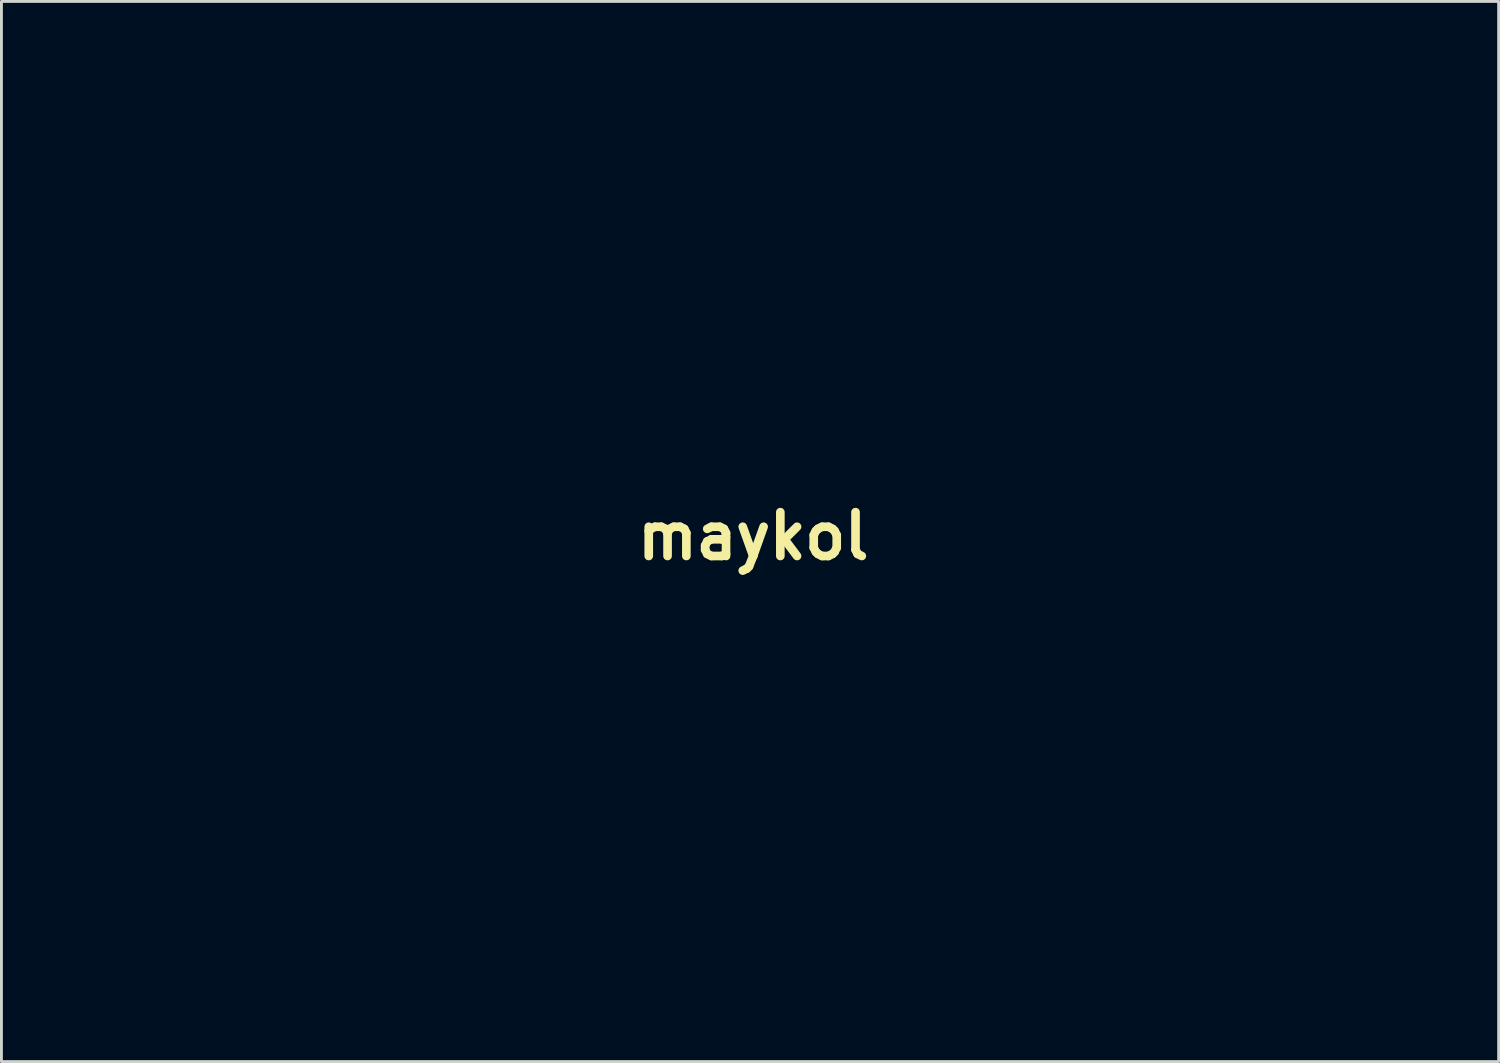
<source format=kicad_pcb>
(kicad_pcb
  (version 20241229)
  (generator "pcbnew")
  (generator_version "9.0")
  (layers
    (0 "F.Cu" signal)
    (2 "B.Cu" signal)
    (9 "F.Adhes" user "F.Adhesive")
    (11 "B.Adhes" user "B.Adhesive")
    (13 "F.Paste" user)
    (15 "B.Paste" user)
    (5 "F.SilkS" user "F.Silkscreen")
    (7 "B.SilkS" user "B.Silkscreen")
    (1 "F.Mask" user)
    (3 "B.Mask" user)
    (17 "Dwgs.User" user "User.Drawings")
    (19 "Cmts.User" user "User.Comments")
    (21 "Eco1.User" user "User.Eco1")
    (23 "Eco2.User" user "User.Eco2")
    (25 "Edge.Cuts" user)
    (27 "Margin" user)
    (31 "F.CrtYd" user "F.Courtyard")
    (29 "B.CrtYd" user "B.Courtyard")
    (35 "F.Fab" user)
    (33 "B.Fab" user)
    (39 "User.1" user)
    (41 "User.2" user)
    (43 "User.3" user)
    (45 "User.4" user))
  (footprint "maykol"
    (layer "F.Cu")
    (at 23.121 15.58)
    (property "Reference" "maykol" (at 0 0 0) (layer "F.SilkS") (effects (font (size 1.524 1.524) (thickness 0.3))))
    (attr through_hole)
    (fp_poly (pts (xy -13.631 9.398) (xy -14.986 9.398) (xy -14.986 4.826) (xy -13.631 4.826) (xy -13.631 9.398)) (stroke (width 0.01) (type solid)) (fill yes) (layer "F.Mask"))
    (fp_poly (pts (xy 7.922 10.791) (xy 8.119 10.839) (xy 8.22 10.896) (xy 8.244 11.003) (xy 8.262 11.262) (xy 8.274 11.655) (xy 8.281 12.162) (xy 8.28 12.768) (xy 8.278 13.087) (xy 8.255 15.198) (xy 7.98 15.224) (xy 7.705 15.251) (xy 7.705 10.768) (xy 7.922 10.791)) (stroke (width 0.01) (type solid)) (fill yes) (layer "F.Mask"))
    (fp_poly (pts (xy 13.871 11.148) (xy 14.044 11.268) (xy 14.136 11.457) (xy 14.139 11.499) (xy 14.083 11.713) (xy 13.946 11.872) (xy 13.773 11.943) (xy 13.613 11.89) (xy 13.603 11.882) (xy 13.549 11.74) (xy 13.544 11.525) (xy 13.58 11.308) (xy 13.649 11.163) (xy 13.677 11.144) (xy 13.871 11.148)) (stroke (width 0.01) (type solid)) (fill yes) (layer "F.Mask"))
    (fp_poly (pts (xy -13.927 2.686) (xy -13.754 2.838) (xy -13.718 2.877) (xy -13.515 3.183) (xy -13.473 3.478) (xy -13.58 3.736) (xy -13.827 3.936) (xy -14.205 4.053) (xy -14.516 4.08) (xy -14.728 4.037) (xy -14.802 3.996) (xy -14.913 3.891) (xy -14.969 3.73) (xy -14.986 3.463) (xy -14.986 3.413) (xy -14.957 3.057) (xy -14.852 2.832) (xy -14.645 2.704) (xy -14.348 2.645) (xy -14.097 2.632) (xy -13.927 2.686)) (stroke (width 0.01) (type solid)) (fill yes) (layer "F.Mask"))
    (fp_poly (pts (xy 13.787 12.36) (xy 13.924 12.422) (xy 13.976 12.449) (xy 14.04 12.496) (xy 14.085 12.576) (xy 14.114 12.714) (xy 14.13 12.941) (xy 14.138 13.282) (xy 14.139 13.754) (xy 14.136 14.201) (xy 14.126 14.593) (xy 14.112 14.897) (xy 14.095 15.078) (xy 14.088 15.106) (xy 13.967 15.21) (xy 13.792 15.24) (xy 13.547 15.24) (xy 13.547 13.801) (xy 13.548 13.249) (xy 13.557 12.848) (xy 13.579 12.578) (xy 13.621 12.419) (xy 13.688 12.353) (xy 13.787 12.36)) (stroke (width 0.01) (type solid)) (fill yes) (layer "F.Mask"))
    (fp_poly (pts (xy 9.483 13.534) (xy 9.491 14.029) (xy 9.522 14.38) (xy 9.587 14.61) (xy 9.698 14.743) (xy 9.864 14.804) (xy 10.06 14.817) (xy 10.249 14.788) (xy 10.398 14.677) (xy 10.54 14.48) (xy 10.642 14.299) (xy 10.705 14.12) (xy 10.739 13.895) (xy 10.751 13.574) (xy 10.753 13.337) (xy 10.753 12.531) (xy 11.35 12.531) (xy 11.326 13.864) (xy 11.317 14.366) (xy 11.306 14.723) (xy 11.289 14.962) (xy 11.264 15.106) (xy 11.225 15.182) (xy 11.169 15.214) (xy 11.113 15.225) (xy 10.961 15.207) (xy 10.907 15.077) (xy 10.916 14.922) (xy 10.907 14.831) (xy 10.831 14.849) (xy 10.666 14.984) (xy 10.618 15.028) (xy 10.455 15.152) (xy 10.269 15.216) (xy 9.999 15.239) (xy 9.872 15.24) (xy 9.557 15.228) (xy 9.349 15.181) (xy 9.185 15.08) (xy 9.122 15.025) (xy 9.029 14.934) (xy 8.965 14.842) (xy 8.924 14.717) (xy 8.902 14.529) (xy 8.892 14.244) (xy 8.89 13.832) (xy 8.89 13.67) (xy 8.89 12.531) (xy 9.483 12.531) (xy 9.483 13.534)) (stroke (width 0.01) (type solid)) (fill yes) (layer "F.Mask"))
    (fp_poly (pts (xy 12.645 4.767) (xy 12.954 4.903) (xy 13.191 5.083) (xy 13.394 5.287) (xy 13.523 5.47) (xy 13.547 5.551) (xy 13.614 5.674) (xy 13.652 5.694) (xy 13.69 5.749) (xy 13.718 5.896) (xy 13.738 6.153) (xy 13.75 6.534) (xy 13.757 7.057) (xy 13.758 7.542) (xy 13.758 9.356) (xy 12.615 9.406) (xy 12.615 8.005) (xy 12.611 7.539) (xy 12.599 7.139) (xy 12.582 6.832) (xy 12.559 6.647) (xy 12.541 6.604) (xy 12.475 6.531) (xy 12.417 6.354) (xy 12.416 6.347) (xy 12.325 6.13) (xy 12.161 5.91) (xy 11.973 5.74) (xy 11.809 5.673) (xy 11.481 5.751) (xy 11.179 5.962) (xy 10.949 6.271) (xy 10.933 6.303) (xy 10.864 6.467) (xy 10.815 6.638) (xy 10.783 6.849) (xy 10.764 7.132) (xy 10.755 7.519) (xy 10.753 8.042) (xy 10.753 9.398) (xy 9.567 9.398) (xy 9.567 4.826) (xy 10.753 4.826) (xy 10.753 5.122) (xy 10.774 5.318) (xy 10.826 5.416) (xy 10.837 5.419) (xy 10.918 5.352) (xy 10.925 5.313) (xy 11.008 5.091) (xy 11.221 4.912) (xy 11.527 4.783) (xy 11.891 4.711) (xy 12.275 4.703) (xy 12.645 4.767)) (stroke (width 0.01) (type solid)) (fill yes) (layer "F.Mask"))
    (fp_poly (pts (xy 19.757 12.462) (xy 19.811 12.488) (xy 20.004 12.602) (xy 20.141 12.734) (xy 20.232 12.912) (xy 20.286 13.166) (xy 20.312 13.526) (xy 20.32 14.021) (xy 20.32 14.116) (xy 20.32 15.24) (xy 19.897 15.24) (xy 19.897 14.393) (xy 19.889 14) (xy 19.866 13.716) (xy 19.832 13.565) (xy 19.812 13.547) (xy 19.747 13.475) (xy 19.727 13.351) (xy 19.658 13.072) (xy 19.462 12.899) (xy 19.238 12.851) (xy 18.968 12.902) (xy 18.75 13.044) (xy 18.634 13.239) (xy 18.627 13.301) (xy 18.585 13.457) (xy 18.542 13.504) (xy 18.505 13.607) (xy 18.477 13.842) (xy 18.46 14.171) (xy 18.457 14.398) (xy 18.456 14.781) (xy 18.447 15.026) (xy 18.422 15.163) (xy 18.374 15.224) (xy 18.295 15.239) (xy 18.25 15.24) (xy 18.043 15.24) (xy 18.016 14.034) (xy 18.003 13.59) (xy 17.983 13.201) (xy 17.96 12.902) (xy 17.936 12.725) (xy 17.928 12.7) (xy 17.907 12.518) (xy 18.015 12.403) (xy 18.218 12.39) (xy 18.237 12.394) (xy 18.418 12.497) (xy 18.457 12.617) (xy 18.484 12.756) (xy 18.574 12.757) (xy 18.739 12.617) (xy 18.784 12.572) (xy 19.054 12.402) (xy 19.393 12.364) (xy 19.757 12.462)) (stroke (width 0.01) (type solid)) (fill yes) (layer "F.Mask"))
    (fp_poly (pts (xy -9.511 4.816) (xy -9.086 5.073) (xy -8.749 5.473) (xy -8.679 5.597) (xy -8.622 5.733) (xy -8.578 5.914) (xy -8.545 6.166) (xy -8.52 6.515) (xy -8.5 6.988) (xy -8.487 7.425) (xy -8.477 7.934) (xy -8.473 8.396) (xy -8.477 8.781) (xy -8.487 9.056) (xy -8.5 9.182) (xy -8.542 9.299) (xy -8.619 9.363) (xy -8.775 9.391) (xy -9.053 9.398) (xy -9.103 9.398) (xy -9.652 9.398) (xy -9.652 8.048) (xy -9.656 7.587) (xy -9.669 7.188) (xy -9.688 6.881) (xy -9.711 6.694) (xy -9.727 6.652) (xy -9.792 6.545) (xy -9.851 6.343) (xy -9.857 6.312) (xy -9.966 6.061) (xy -10.162 5.839) (xy -10.394 5.697) (xy -10.52 5.673) (xy -10.81 5.75) (xy -11.089 5.956) (xy -11.311 6.257) (xy -11.337 6.309) (xy -11.405 6.471) (xy -11.454 6.643) (xy -11.485 6.856) (xy -11.504 7.143) (xy -11.513 7.536) (xy -11.515 8.042) (xy -11.515 9.398) (xy -12.7 9.398) (xy -12.7 4.826) (xy -11.515 4.826) (xy -11.515 5.122) (xy -11.493 5.318) (xy -11.441 5.416) (xy -11.43 5.419) (xy -11.349 5.352) (xy -11.343 5.313) (xy -11.258 5.1) (xy -11.04 4.911) (xy -10.725 4.775) (xy -10.59 4.743) (xy -10.016 4.704) (xy -9.511 4.816)) (stroke (width 0.01) (type solid)) (fill yes) (layer "F.Mask"))
    (fp_poly (pts (xy 12.213 11.7) (xy 12.384 11.73) (xy 12.473 11.809) (xy 12.516 11.986) (xy 12.531 12.107) (xy 12.573 12.488) (xy 12.912 12.488) (xy 13.136 12.503) (xy 13.242 12.566) (xy 13.277 12.679) (xy 13.278 12.796) (xy 13.207 12.851) (xy 13.024 12.869) (xy 12.918 12.869) (xy 12.531 12.869) (xy 12.531 13.679) (xy 12.54 14.05) (xy 12.563 14.37) (xy 12.598 14.592) (xy 12.618 14.653) (xy 12.731 14.763) (xy 12.882 14.816) (xy 13.005 14.797) (xy 13.039 14.732) (xy 13.107 14.657) (xy 13.166 14.647) (xy 13.265 14.717) (xy 13.29 14.893) (xy 13.241 15.106) (xy 13.146 15.196) (xy 12.93 15.236) (xy 12.779 15.24) (xy 12.485 15.217) (xy 12.281 15.133) (xy 12.154 15.024) (xy 12.059 14.92) (xy 11.997 14.808) (xy 11.961 14.653) (xy 11.943 14.418) (xy 11.938 14.065) (xy 11.938 13.881) (xy 11.936 13.475) (xy 11.926 13.208) (xy 11.904 13.052) (xy 11.863 12.977) (xy 11.799 12.955) (xy 11.77 12.954) (xy 11.612 12.878) (xy 11.551 12.747) (xy 11.537 12.514) (xy 11.629 12.391) (xy 11.778 12.388) (xy 11.877 12.393) (xy 11.924 12.311) (xy 11.938 12.106) (xy 11.938 12.052) (xy 11.944 11.819) (xy 11.984 11.713) (xy 12.093 11.69) (xy 12.213 11.7)) (stroke (width 0.01) (type solid)) (fill yes) (layer "F.Mask"))
    (fp_poly (pts (xy 5.697 12.365) (xy 5.989 12.409) (xy 6.263 12.48) (xy 6.435 12.551) (xy 6.781 12.778) (xy 7.002 13.041) (xy 7.119 13.382) (xy 7.154 13.839) (xy 7.154 13.861) (xy 7.154 14.472) (xy 6.748 14.856) (xy 6.532 15.054) (xy 6.367 15.169) (xy 6.193 15.223) (xy 5.948 15.239) (xy 5.73 15.24) (xy 5.319 15.222) (xy 5.041 15.163) (xy 4.908 15.097) (xy 4.734 14.958) (xy 4.634 14.847) (xy 4.517 14.694) (xy 4.455 14.627) (xy 4.37 14.454) (xy 4.314 14.17) (xy 4.291 13.837) (xy 4.826 13.837) (xy 4.862 14.06) (xy 4.952 14.305) (xy 5.068 14.515) (xy 5.185 14.636) (xy 5.223 14.647) (xy 5.325 14.699) (xy 5.334 14.732) (xy 5.405 14.802) (xy 5.581 14.823) (xy 5.805 14.801) (xy 6.024 14.74) (xy 6.181 14.647) (xy 6.181 14.647) (xy 6.33 14.523) (xy 6.429 14.478) (xy 6.491 14.403) (xy 6.543 14.214) (xy 6.58 13.968) (xy 6.592 13.72) (xy 6.57 13.527) (xy 6.402 13.204) (xy 6.12 12.981) (xy 5.763 12.875) (xy 5.382 12.903) (xy 5.198 13.021) (xy 5.021 13.25) (xy 4.886 13.533) (xy 4.826 13.813) (xy 4.826 13.837) (xy 4.291 13.837) (xy 4.291 13.832) (xy 4.303 13.496) (xy 4.353 13.219) (xy 4.381 13.145) (xy 4.483 12.962) (xy 4.571 12.872) (xy 4.582 12.869) (xy 4.648 12.8) (xy 4.657 12.74) (xy 4.733 12.63) (xy 4.911 12.56) (xy 5.089 12.503) (xy 5.165 12.437) (xy 5.165 12.435) (xy 5.239 12.374) (xy 5.431 12.352) (xy 5.697 12.365)) (stroke (width 0.01) (type solid)) (fill yes) (layer "F.Mask"))
    (fp_poly (pts (xy 16.104 12.371) (xy 16.39 12.421) (xy 16.656 12.501) (xy 16.765 12.551) (xy 17.106 12.774) (xy 17.326 13.031) (xy 17.444 13.364) (xy 17.483 13.811) (xy 17.484 13.878) (xy 17.47 14.257) (xy 17.429 14.477) (xy 17.378 14.541) (xy 17.278 14.637) (xy 17.27 14.676) (xy 17.205 14.779) (xy 17.042 14.929) (xy 16.939 15.007) (xy 16.732 15.136) (xy 16.53 15.206) (xy 16.268 15.236) (xy 16.016 15.24) (xy 15.629 15.223) (xy 15.387 15.171) (xy 15.294 15.113) (xy 15.16 15.009) (xy 15.095 14.986) (xy 15.001 14.917) (xy 14.886 14.751) (xy 14.784 14.551) (xy 14.733 14.378) (xy 14.732 14.358) (xy 14.689 14.178) (xy 14.629 14.057) (xy 14.576 13.913) (xy 15.184 13.913) (xy 15.263 14.235) (xy 15.443 14.506) (xy 15.696 14.704) (xy 15.993 14.806) (xy 16.305 14.793) (xy 16.603 14.641) (xy 16.649 14.602) (xy 16.793 14.435) (xy 16.872 14.233) (xy 16.911 13.932) (xy 16.913 13.903) (xy 16.924 13.615) (xy 16.892 13.426) (xy 16.799 13.268) (xy 16.69 13.145) (xy 16.487 12.961) (xy 16.279 12.882) (xy 16.064 12.869) (xy 15.733 12.922) (xy 15.485 13.095) (xy 15.295 13.407) (xy 15.236 13.559) (xy 15.184 13.913) (xy 14.576 13.913) (xy 14.57 13.894) (xy 14.601 13.69) (xy 14.629 13.608) (xy 14.699 13.387) (xy 14.732 13.228) (xy 14.732 13.218) (xy 14.795 13.035) (xy 14.948 12.825) (xy 15.143 12.642) (xy 15.328 12.538) (xy 15.377 12.531) (xy 15.531 12.5) (xy 15.579 12.446) (xy 15.652 12.379) (xy 15.843 12.356) (xy 16.104 12.371)) (stroke (width 0.01) (type solid)) (fill yes) (layer "F.Mask"))
    (fp_poly (pts (xy 21.848 12.37) (xy 22.105 12.403) (xy 22.318 12.463) (xy 22.327 12.467) (xy 22.556 12.592) (xy 22.718 12.712) (xy 22.822 12.842) (xy 22.792 12.977) (xy 22.762 13.028) (xy 22.631 13.185) (xy 22.51 13.252) (xy 22.441 13.209) (xy 22.437 13.173) (xy 22.367 13.067) (xy 22.193 12.945) (xy 22.13 12.912) (xy 21.831 12.825) (xy 21.596 12.861) (xy 21.452 13.008) (xy 21.421 13.167) (xy 21.457 13.339) (xy 21.526 13.41) (xy 21.973 13.541) (xy 22.353 13.681) (xy 22.63 13.815) (xy 22.751 13.906) (xy 22.859 14.121) (xy 22.898 14.403) (xy 22.867 14.662) (xy 22.747 14.868) (xy 22.625 14.993) (xy 22.473 15.125) (xy 22.331 15.2) (xy 22.149 15.232) (xy 21.871 15.236) (xy 21.719 15.232) (xy 21.346 15.21) (xy 21.107 15.164) (xy 20.969 15.085) (xy 20.957 15.073) (xy 20.861 14.899) (xy 20.829 14.701) (xy 20.862 14.541) (xy 20.955 14.478) (xy 21.068 14.424) (xy 21.082 14.378) (xy 21.13 14.372) (xy 21.252 14.473) (xy 21.322 14.547) (xy 21.558 14.732) (xy 21.82 14.818) (xy 22.066 14.809) (xy 22.256 14.708) (xy 22.349 14.518) (xy 22.352 14.466) (xy 22.276 14.289) (xy 22.08 14.144) (xy 21.815 14.062) (xy 21.704 14.055) (xy 21.473 14.017) (xy 21.306 13.928) (xy 21.177 13.824) (xy 21.119 13.801) (xy 20.998 13.725) (xy 20.895 13.537) (xy 20.836 13.292) (xy 20.831 13.206) (xy 20.872 12.928) (xy 20.982 12.692) (xy 21.133 12.551) (xy 21.214 12.531) (xy 21.323 12.483) (xy 21.336 12.446) (xy 21.41 12.39) (xy 21.598 12.365) (xy 21.848 12.37)) (stroke (width 0.01) (type solid)) (fill yes) (layer "F.Mask"))
    (fp_poly (pts (xy 16.749 4.744) (xy 17.207 4.858) (xy 17.357 4.927) (xy 17.711 5.136) (xy 17.907 5.291) (xy 17.949 5.369) (xy 17.892 5.464) (xy 17.744 5.635) (xy 17.562 5.819) (xy 17.321 6.031) (xy 17.148 6.114) (xy 17 6.067) (xy 16.835 5.892) (xy 16.78 5.821) (xy 16.632 5.717) (xy 16.368 5.675) (xy 16.257 5.673) (xy 15.914 5.715) (xy 15.683 5.83) (xy 15.583 6.002) (xy 15.63 6.213) (xy 15.644 6.238) (xy 15.757 6.32) (xy 15.972 6.421) (xy 16.226 6.518) (xy 16.46 6.586) (xy 16.578 6.603) (xy 16.791 6.654) (xy 17.076 6.782) (xy 17.372 6.955) (xy 17.623 7.14) (xy 17.714 7.229) (xy 17.853 7.415) (xy 17.923 7.612) (xy 17.947 7.888) (xy 17.948 7.988) (xy 17.9 8.432) (xy 17.739 8.779) (xy 17.441 9.072) (xy 17.284 9.179) (xy 16.951 9.319) (xy 16.505 9.407) (xy 15.992 9.438) (xy 15.462 9.406) (xy 15.452 9.405) (xy 15.118 9.337) (xy 14.783 9.229) (xy 14.497 9.102) (xy 14.314 8.975) (xy 14.289 8.944) (xy 14.229 8.758) (xy 14.296 8.553) (xy 14.501 8.303) (xy 14.581 8.225) (xy 14.937 7.885) (xy 15.212 8.155) (xy 15.488 8.348) (xy 15.812 8.464) (xy 16.139 8.497) (xy 16.421 8.444) (xy 16.613 8.299) (xy 16.619 8.289) (xy 16.666 8.113) (xy 16.639 7.912) (xy 16.559 7.754) (xy 16.466 7.705) (xy 16.354 7.654) (xy 16.341 7.611) (xy 16.264 7.554) (xy 16.05 7.546) (xy 16.002 7.55) (xy 15.791 7.556) (xy 15.672 7.531) (xy 15.663 7.516) (xy 15.595 7.457) (xy 15.544 7.451) (xy 15.398 7.413) (xy 15.189 7.321) (xy 14.971 7.203) (xy 14.801 7.09) (xy 14.732 7.012) (xy 14.678 6.907) (xy 14.563 6.773) (xy 14.441 6.579) (xy 14.395 6.288) (xy 14.393 6.198) (xy 14.418 5.9) (xy 14.481 5.625) (xy 14.568 5.42) (xy 14.663 5.335) (xy 14.668 5.335) (xy 14.725 5.265) (xy 14.732 5.207) (xy 14.796 5.095) (xy 14.852 5.08) (xy 14.98 5.024) (xy 15.003 4.986) (xy 15.096 4.925) (xy 15.312 4.853) (xy 15.605 4.784) (xy 15.638 4.777) (xy 16.21 4.716) (xy 16.749 4.744)) (stroke (width 0.01) (type solid)) (fill yes) (layer "F.Mask"))
    (fp_poly (pts (xy 2.655 11.071) (xy 2.723 11.075) (xy 3.081 11.102) (xy 3.323 11.15) (xy 3.504 11.232) (xy 3.64 11.333) (xy 3.909 11.557) (xy 3.742 11.749) (xy 3.622 11.872) (xy 3.519 11.892) (xy 3.359 11.818) (xy 3.312 11.792) (xy 3.138 11.676) (xy 3.051 11.588) (xy 3.049 11.578) (xy 2.973 11.539) (xy 2.785 11.516) (xy 2.705 11.515) (xy 2.377 11.579) (xy 2.129 11.748) (xy 1.982 11.986) (xy 1.953 12.259) (xy 2.062 12.529) (xy 2.12 12.599) (xy 2.315 12.736) (xy 2.501 12.785) (xy 2.659 12.811) (xy 2.709 12.86) (xy 2.784 12.922) (xy 2.968 12.982) (xy 3.026 12.994) (xy 3.348 13.124) (xy 3.618 13.338) (xy 3.779 13.522) (xy 3.861 13.693) (xy 3.89 13.922) (xy 3.892 14.114) (xy 3.862 14.485) (xy 3.756 14.753) (xy 3.544 14.979) (xy 3.389 15.094) (xy 3.218 15.175) (xy 2.967 15.222) (xy 2.597 15.239) (xy 2.479 15.24) (xy 2.158 15.233) (xy 1.915 15.214) (xy 1.787 15.187) (xy 1.777 15.177) (xy 1.711 15.096) (xy 1.549 14.984) (xy 1.523 14.969) (xy 1.338 14.809) (xy 1.274 14.635) (xy 1.339 14.49) (xy 1.439 14.436) (xy 1.576 14.357) (xy 1.609 14.296) (xy 1.665 14.299) (xy 1.812 14.393) (xy 1.963 14.514) (xy 2.285 14.737) (xy 2.556 14.817) (xy 2.563 14.817) (xy 2.789 14.771) (xy 3.025 14.657) (xy 3.214 14.51) (xy 3.301 14.366) (xy 3.302 14.352) (xy 3.359 14.228) (xy 3.394 14.208) (xy 3.428 14.126) (xy 3.372 13.975) (xy 3.257 13.801) (xy 3.114 13.651) (xy 2.985 13.577) (xy 2.836 13.511) (xy 2.794 13.453) (xy 2.721 13.397) (xy 2.578 13.377) (xy 2.355 13.342) (xy 2.095 13.252) (xy 1.85 13.132) (xy 1.671 13.008) (xy 1.609 12.91) (xy 1.562 12.798) (xy 1.524 12.785) (xy 1.453 12.715) (xy 1.439 12.632) (xy 1.387 12.446) (xy 1.34 12.381) (xy 1.288 12.268) (xy 1.312 12.08) (xy 1.354 11.941) (xy 1.438 11.731) (xy 1.516 11.61) (xy 1.538 11.599) (xy 1.606 11.534) (xy 1.609 11.509) (xy 1.671 11.368) (xy 1.808 11.231) (xy 1.934 11.176) (xy 2.04 11.12) (xy 2.046 11.108) (xy 2.138 11.08) (xy 2.355 11.067) (xy 2.655 11.071)) (stroke (width 0.01) (type solid)) (fill yes) (layer "F.Mask"))
    (fp_poly (pts (xy 7.002 4.723) (xy 7.167 4.743) (xy 7.436 4.8) (xy 7.627 4.864) (xy 7.69 4.91) (xy 7.787 4.992) (xy 7.818 4.996) (xy 7.97 5.062) (xy 8.171 5.233) (xy 8.385 5.469) (xy 8.573 5.728) (xy 8.673 5.913) (xy 8.802 6.36) (xy 8.843 6.886) (xy 8.848 7.493) (xy 5.588 7.493) (xy 5.588 7.684) (xy 5.618 7.832) (xy 5.667 7.874) (xy 5.753 7.944) (xy 5.8 8.043) (xy 5.918 8.194) (xy 6.059 8.264) (xy 6.215 8.329) (xy 6.265 8.391) (xy 6.34 8.44) (xy 6.528 8.462) (xy 6.777 8.46) (xy 7.032 8.433) (xy 7.24 8.382) (xy 7.24 8.382) (xy 7.492 8.248) (xy 7.66 8.084) (xy 7.705 7.965) (xy 7.774 7.888) (xy 7.853 7.875) (xy 8.001 7.933) (xy 8.201 8.077) (xy 8.405 8.263) (xy 8.566 8.448) (xy 8.636 8.586) (xy 8.636 8.592) (xy 8.57 8.707) (xy 8.4 8.876) (xy 8.164 9.064) (xy 7.903 9.239) (xy 7.828 9.282) (xy 7.623 9.347) (xy 7.302 9.397) (xy 6.92 9.428) (xy 6.53 9.436) (xy 6.187 9.416) (xy 6.096 9.404) (xy 5.795 9.338) (xy 5.519 9.251) (xy 5.461 9.227) (xy 5.231 9.093) (xy 4.994 8.909) (xy 4.794 8.715) (xy 4.673 8.551) (xy 4.657 8.492) (xy 4.611 8.391) (xy 4.582 8.382) (xy 4.491 8.304) (xy 4.407 8.094) (xy 4.336 7.792) (xy 4.284 7.436) (xy 4.258 7.063) (xy 4.263 6.712) (xy 4.283 6.536) (xy 4.295 6.494) (xy 5.588 6.494) (xy 5.628 6.542) (xy 5.764 6.575) (xy 6.015 6.594) (xy 6.404 6.603) (xy 6.646 6.604) (xy 7.127 6.597) (xy 7.47 6.577) (xy 7.664 6.545) (xy 7.705 6.516) (xy 7.655 6.369) (xy 7.531 6.155) (xy 7.371 5.935) (xy 7.268 5.821) (xy 7.066 5.718) (xy 6.768 5.674) (xy 6.436 5.69) (xy 6.134 5.766) (xy 6.035 5.813) (xy 5.805 6.01) (xy 5.641 6.272) (xy 5.588 6.494) (xy 4.295 6.494) (xy 4.357 6.27) (xy 4.472 6.051) (xy 4.497 6.02) (xy 4.617 5.846) (xy 4.657 5.716) (xy 4.725 5.571) (xy 4.784 5.534) (xy 4.896 5.427) (xy 4.911 5.367) (xy 4.966 5.261) (xy 5.007 5.249) (xy 5.129 5.191) (xy 5.251 5.078) (xy 5.45 4.946) (xy 5.77 4.837) (xy 6.167 4.758) (xy 6.593 4.717) (xy 7.002 4.723)) (stroke (width 0.01) (type solid)) (fill yes) (layer "F.Mask"))
    (fp_poly (pts (xy 21.109 4.744) (xy 21.539 4.858) (xy 21.683 4.929) (xy 21.863 5.058) (xy 22.069 5.238) (xy 22.261 5.429) (xy 22.397 5.589) (xy 22.437 5.668) (xy 22.501 5.765) (xy 22.516 5.771) (xy 22.567 5.862) (xy 22.636 6.079) (xy 22.713 6.384) (xy 22.745 6.532) (xy 22.812 6.864) (xy 22.849 7.115) (xy 22.837 7.296) (xy 22.757 7.418) (xy 22.591 7.491) (xy 22.32 7.526) (xy 21.925 7.535) (xy 21.39 7.528) (xy 21.061 7.522) (xy 19.465 7.493) (xy 19.518 7.705) (xy 19.68 8.024) (xy 19.968 8.273) (xy 20.346 8.427) (xy 20.677 8.467) (xy 21.081 8.408) (xy 21.407 8.217) (xy 21.55 8.072) (xy 21.704 7.917) (xy 21.825 7.893) (xy 21.982 7.994) (xy 22.034 8.038) (xy 22.245 8.219) (xy 22.436 8.384) (xy 22.647 8.565) (xy 22.281 8.897) (xy 22.064 9.077) (xy 21.884 9.197) (xy 21.801 9.229) (xy 21.679 9.277) (xy 21.661 9.305) (xy 21.563 9.354) (xy 21.339 9.393) (xy 21.029 9.421) (xy 20.675 9.435) (xy 20.319 9.433) (xy 20.004 9.412) (xy 19.907 9.399) (xy 19.642 9.343) (xy 19.45 9.275) (xy 19.391 9.232) (xy 19.265 9.148) (xy 19.148 9.122) (xy 19.003 9.083) (xy 18.965 9.037) (xy 18.91 8.935) (xy 18.776 8.784) (xy 18.772 8.78) (xy 18.531 8.445) (xy 18.338 7.95) (xy 18.197 7.319) (xy 18.149 6.998) (xy 18.14 6.776) (xy 18.177 6.586) (xy 18.193 6.547) (xy 19.473 6.547) (xy 19.553 6.568) (xy 19.769 6.586) (xy 20.091 6.599) (xy 20.486 6.604) (xy 20.532 6.604) (xy 21.041 6.597) (xy 21.384 6.575) (xy 21.562 6.539) (xy 21.59 6.511) (xy 21.542 6.385) (xy 21.423 6.184) (xy 21.268 5.964) (xy 21.114 5.781) (xy 21.112 5.779) (xy 20.946 5.704) (xy 20.678 5.676) (xy 20.368 5.691) (xy 20.078 5.749) (xy 19.915 5.816) (xy 19.718 5.996) (xy 19.555 6.254) (xy 19.475 6.51) (xy 19.473 6.547) (xy 18.193 6.547) (xy 18.27 6.359) (xy 18.32 6.253) (xy 18.437 5.995) (xy 18.518 5.799) (xy 18.542 5.718) (xy 18.594 5.635) (xy 18.724 5.489) (xy 18.897 5.314) (xy 19.075 5.146) (xy 19.222 5.021) (xy 19.301 4.974) (xy 19.305 4.98) (xy 19.342 4.98) (xy 19.369 4.946) (xy 19.478 4.888) (xy 19.707 4.822) (xy 20.009 4.761) (xy 20.036 4.756) (xy 20.593 4.708) (xy 21.109 4.744)) (stroke (width 0.01) (type solid)) (fill yes) (layer "F.Mask"))
    (fp_poly (pts (xy -4.825 4.781) (xy -4.436 4.897) (xy -4.347 4.939) (xy -3.983 5.208) (xy -3.656 5.597) (xy -3.487 5.884) (xy -3.392 6.142) (xy -3.315 6.472) (xy -3.264 6.821) (xy -3.245 7.137) (xy -3.264 7.37) (xy -3.29 7.439) (xy -3.349 7.48) (xy -3.477 7.508) (xy -3.695 7.526) (xy -4.024 7.533) (xy -4.484 7.531) (xy -4.985 7.523) (xy -5.487 7.517) (xy -5.927 7.516) (xy -6.276 7.52) (xy -6.51 7.53) (xy -6.603 7.545) (xy -6.604 7.547) (xy -6.53 7.777) (xy -6.339 8.021) (xy -6.075 8.242) (xy -5.781 8.403) (xy -5.503 8.467) (xy -5.496 8.467) (xy -5.118 8.427) (xy -4.791 8.321) (xy -4.562 8.167) (xy -4.498 8.075) (xy -4.386 7.923) (xy -4.281 7.874) (xy -4.134 7.934) (xy -3.942 8.084) (xy -3.75 8.28) (xy -3.6 8.477) (xy -3.534 8.629) (xy -3.535 8.652) (xy -3.619 8.773) (xy -3.804 8.94) (xy -4.006 9.087) (xy -4.295 9.258) (xy -4.564 9.357) (xy -4.894 9.409) (xy -5.038 9.421) (xy -5.426 9.436) (xy -5.826 9.428) (xy -6.09 9.407) (xy -6.351 9.357) (xy -6.532 9.291) (xy -6.584 9.246) (xy -6.687 9.155) (xy -6.759 9.141) (xy -6.928 9.087) (xy -7.079 8.989) (xy -7.26 8.797) (xy -7.445 8.538) (xy -7.601 8.267) (xy -7.693 8.04) (xy -7.705 7.965) (xy -7.743 7.803) (xy -7.789 7.747) (xy -7.832 7.642) (xy -7.862 7.416) (xy -7.874 7.118) (xy -7.874 7.112) (xy -7.863 6.813) (xy -7.832 6.585) (xy -7.809 6.526) (xy -6.604 6.526) (xy -6.525 6.556) (xy -6.307 6.58) (xy -5.983 6.597) (xy -5.582 6.604) (xy -5.543 6.604) (xy -4.482 6.604) (xy -4.51 6.394) (xy -4.586 6.198) (xy -4.739 5.977) (xy -4.782 5.928) (xy -4.974 5.762) (xy -5.176 5.688) (xy -5.428 5.673) (xy -5.73 5.703) (xy -6.004 5.78) (xy -6.075 5.814) (xy -6.272 5.974) (xy -6.455 6.194) (xy -6.578 6.414) (xy -6.604 6.526) (xy -7.809 6.526) (xy -7.79 6.478) (xy -7.789 6.477) (xy -7.728 6.363) (xy -7.705 6.176) (xy -7.68 6) (xy -7.62 5.927) (xy -7.545 5.858) (xy -7.535 5.797) (xy -7.467 5.656) (xy -7.408 5.619) (xy -7.301 5.503) (xy -7.281 5.41) (xy -7.217 5.273) (xy -7.133 5.248) (xy -6.973 5.189) (xy -6.798 5.049) (xy -6.549 4.889) (xy -6.182 4.78) (xy -5.743 4.724) (xy -5.275 4.723) (xy -4.825 4.781)) (stroke (width 0.01) (type solid)) (fill yes) (layer "F.Mask"))
    (fp_poly (pts (xy 2.423 2.642) (xy 2.704 2.689) (xy 2.976 2.782) (xy 3.291 2.935) (xy 3.574 3.089) (xy 3.711 3.23) (xy 3.683 3.404) (xy 3.619 3.486) (xy 3.5 3.617) (xy 3.326 3.813) (xy 3.253 3.895) (xy 3.03 4.119) (xy 2.876 4.209) (xy 2.801 4.162) (xy 2.794 4.106) (xy 2.731 3.994) (xy 2.676 3.979) (xy 2.545 3.911) (xy 2.509 3.852) (xy 2.394 3.747) (xy 2.293 3.725) (xy 2.086 3.69) (xy 1.914 3.629) (xy 1.669 3.597) (xy 1.363 3.665) (xy 1.055 3.815) (xy 0.848 3.978) (xy 0.692 4.241) (xy 0.68 4.543) (xy 0.807 4.841) (xy 0.953 5.004) (xy 1.155 5.155) (xy 1.33 5.241) (xy 1.371 5.248) (xy 1.524 5.294) (xy 1.566 5.334) (xy 1.684 5.402) (xy 1.804 5.419) (xy 2.02 5.459) (xy 2.207 5.533) (xy 2.462 5.643) (xy 2.656 5.705) (xy 2.836 5.794) (xy 3.075 5.968) (xy 3.295 6.165) (xy 3.523 6.407) (xy 3.656 6.605) (xy 3.726 6.823) (xy 3.758 7.03) (xy 3.776 7.41) (xy 3.746 7.804) (xy 3.678 8.16) (xy 3.579 8.428) (xy 3.515 8.52) (xy 3.411 8.658) (xy 3.387 8.728) (xy 3.32 8.811) (xy 3.148 8.949) (xy 2.942 9.087) (xy 2.587 9.265) (xy 2.169 9.408) (xy 1.732 9.507) (xy 1.318 9.554) (xy 0.972 9.543) (xy 0.746 9.471) (xy 0.579 9.416) (xy 0.413 9.399) (xy 0.143 9.353) (xy -0.165 9.232) (xy -0.468 9.065) (xy -0.723 8.876) (xy -0.89 8.69) (xy -0.931 8.572) (xy -0.877 8.484) (xy -0.734 8.31) (xy -0.531 8.085) (xy -0.5 8.052) (xy -0.069 7.595) (xy 0.198 7.894) (xy 0.531 8.177) (xy 0.923 8.372) (xy 1.327 8.464) (xy 1.7 8.441) (xy 1.875 8.375) (xy 2.129 8.209) (xy 2.308 8.034) (xy 2.371 7.898) (xy 2.412 7.797) (xy 2.437 7.789) (xy 2.49 7.716) (xy 2.523 7.538) (xy 2.523 7.535) (xy 2.512 7.358) (xy 2.458 7.281) (xy 2.457 7.281) (xy 2.374 7.216) (xy 2.371 7.189) (xy 2.3 7.051) (xy 2.131 6.907) (xy 1.926 6.802) (xy 1.799 6.776) (xy 1.65 6.745) (xy 1.609 6.695) (xy 1.536 6.625) (xy 1.36 6.563) (xy 1.356 6.562) (xy 1.161 6.499) (xy 1.054 6.428) (xy 0.942 6.369) (xy 0.778 6.348) (xy 0.495 6.281) (xy 0.178 6.109) (xy -0.121 5.87) (xy -0.345 5.602) (xy -0.382 5.537) (xy -0.499 5.329) (xy -0.592 5.197) (xy -0.614 5.179) (xy -0.647 5.086) (xy -0.67 4.872) (xy -0.677 4.612) (xy -0.653 4.214) (xy -0.567 3.891) (xy -0.463 3.67) (xy -0.239 3.304) (xy 0.009 3.036) (xy 0.31 2.851) (xy 0.696 2.732) (xy 1.197 2.666) (xy 1.619 2.642) (xy 2.079 2.631) (xy 2.423 2.642)) (stroke (width 0.01) (type solid)) (fill yes) (layer "F.Mask"))
    (fp_poly (pts (xy -22.945 2.617) (xy -22.809 2.636) (xy -22.547 2.658) (xy -22.206 2.679) (xy -21.995 2.69) (xy -21.173 2.729) (xy -21.035 3.121) (xy -20.938 3.385) (xy -20.849 3.6) (xy -20.82 3.661) (xy -20.755 3.831) (xy -20.743 3.902) (xy -20.712 4.039) (xy -20.634 4.245) (xy -20.626 4.263) (xy -20.546 4.462) (xy -20.43 4.768) (xy -20.299 5.128) (xy -20.241 5.292) (xy -20.116 5.638) (xy -20.006 5.932) (xy -19.927 6.132) (xy -19.903 6.183) (xy -19.836 6.357) (xy -19.774 6.585) (xy -19.711 6.786) (xy -19.639 6.902) (xy -19.636 6.904) (xy -19.573 7.019) (xy -19.558 7.136) (xy -19.551 7.264) (xy -19.507 7.243) (xy -19.442 7.152) (xy -19.357 6.965) (xy -19.285 6.699) (xy -19.268 6.604) (xy -19.208 6.326) (xy -19.117 6.022) (xy -19.012 5.745) (xy -18.915 5.552) (xy -18.875 5.503) (xy -18.829 5.4) (xy -18.781 5.195) (xy -18.77 5.129) (xy -18.718 4.906) (xy -18.654 4.763) (xy -18.637 4.748) (xy -18.572 4.64) (xy -18.509 4.432) (xy -18.496 4.368) (xy -18.424 4.088) (xy -18.331 3.841) (xy -18.319 3.818) (xy -18.235 3.623) (xy -18.204 3.493) (xy -18.15 3.394) (xy -18.119 3.387) (xy -18.058 3.313) (xy -18.034 3.149) (xy -18.02 2.941) (xy -17.96 2.799) (xy -17.83 2.714) (xy -17.602 2.674) (xy -17.252 2.67) (xy -16.869 2.685) (xy -15.915 2.733) (xy -15.938 6.045) (xy -15.96 9.356) (xy -16.626 9.381) (xy -17.292 9.405) (xy -17.244 7.137) (xy -17.229 6.518) (xy -17.213 5.94) (xy -17.195 5.431) (xy -17.178 5.014) (xy -17.161 4.718) (xy -17.148 4.572) (xy -17.099 4.276) (xy -17.264 4.614) (xy -17.364 4.826) (xy -17.459 5.038) (xy -17.56 5.279) (xy -17.678 5.577) (xy -17.825 5.96) (xy -18.01 6.456) (xy -18.16 6.858) (xy -18.332 7.32) (xy -18.493 7.745) (xy -18.629 8.1) (xy -18.727 8.35) (xy -18.763 8.437) (xy -18.844 8.658) (xy -18.881 8.828) (xy -18.881 8.834) (xy -18.929 8.982) (xy -18.965 9.017) (xy -19.036 9.136) (xy -19.05 9.234) (xy -19.071 9.327) (xy -19.158 9.376) (xy -19.353 9.395) (xy -19.537 9.396) (xy -20.024 9.395) (xy -20.214 8.976) (xy -20.323 8.712) (xy -20.393 8.492) (xy -20.407 8.407) (xy -20.459 8.22) (xy -20.534 8.091) (xy -20.635 7.877) (xy -20.659 7.731) (xy -20.69 7.58) (xy -20.743 7.535) (xy -20.809 7.463) (xy -20.828 7.341) (xy -20.858 7.152) (xy -20.902 7.065) (xy -20.968 6.941) (xy -21.067 6.692) (xy -21.186 6.357) (xy -21.312 5.975) (xy -21.432 5.586) (xy -21.533 5.227) (xy -21.596 4.97) (xy -21.665 4.7) (xy -21.732 4.505) (xy -21.774 4.436) (xy -21.792 4.506) (xy -21.808 4.724) (xy -21.822 5.069) (xy -21.833 5.521) (xy -21.841 6.059) (xy -21.844 6.661) (xy -21.844 6.761) (xy -21.846 7.383) (xy -21.851 7.954) (xy -21.859 8.45) (xy -21.869 8.848) (xy -21.881 9.125) (xy -21.894 9.259) (xy -21.895 9.264) (xy -21.964 9.339) (xy -22.121 9.381) (xy -22.401 9.397) (xy -22.531 9.398) (xy -23.116 9.398) (xy -23.094 5.99) (xy -23.088 5.133) (xy -23.081 4.431) (xy -23.073 3.869) (xy -23.063 3.432) (xy -23.05 3.106) (xy -23.035 2.876) (xy -23.015 2.727) (xy -22.991 2.646) (xy -22.962 2.616) (xy -22.945 2.617)) (stroke (width 0.01) (type solid)) (fill yes) (layer "F.Mask"))
    (fp_poly (pts (xy 1.663 -15.571) (xy 2.01 -15.5) (xy 2.15 -15.45) (xy 2.357 -15.327) (xy 2.627 -15.113) (xy 2.936 -14.836) (xy 3.257 -14.522) (xy 3.563 -14.199) (xy 3.829 -13.893) (xy 4.029 -13.631) (xy 4.137 -13.44) (xy 4.149 -13.386) (xy 4.208 -13.297) (xy 4.233 -13.293) (xy 4.313 -13.226) (xy 4.318 -13.191) (xy 4.354 -13.08) (xy 4.449 -12.859) (xy 4.584 -12.567) (xy 4.739 -12.243) (xy 4.896 -11.928) (xy 5.035 -11.661) (xy 5.137 -11.482) (xy 5.174 -11.43) (xy 5.237 -11.324) (xy 5.291 -11.183) (xy 5.368 -10.988) (xy 5.428 -10.886) (xy 5.525 -10.765) (xy 5.676 -10.576) (xy 5.721 -10.52) (xy 5.948 -10.309) (xy 6.179 -10.245) (xy 6.373 -10.288) (xy 6.517 -10.447) (xy 6.558 -10.52) (xy 6.684 -10.757) (xy 6.796 -10.956) (xy 6.801 -10.964) (xy 6.895 -11.125) (xy 7.039 -11.375) (xy 7.182 -11.62) (xy 7.342 -11.869) (xy 7.488 -12.044) (xy 7.584 -12.107) (xy 7.692 -12.173) (xy 7.705 -12.225) (xy 7.781 -12.349) (xy 7.979 -12.468) (xy 8.25 -12.562) (xy 8.547 -12.612) (xy 8.636 -12.615) (xy 8.989 -12.565) (xy 9.352 -12.407) (xy 9.734 -12.133) (xy 10.146 -11.733) (xy 10.597 -11.2) (xy 11.097 -10.523) (xy 11.375 -10.118) (xy 11.582 -9.79) (xy 11.755 -9.483) (xy 11.867 -9.242) (xy 11.891 -9.165) (xy 11.947 -8.979) (xy 12.004 -8.891) (xy 12.009 -8.89) (xy 12.066 -8.817) (xy 12.144 -8.633) (xy 12.178 -8.53) (xy 12.276 -8.238) (xy 12.379 -7.966) (xy 12.4 -7.916) (xy 12.494 -7.683) (xy 12.607 -7.382) (xy 12.658 -7.239) (xy 12.769 -6.932) (xy 12.881 -6.643) (xy 12.922 -6.54) (xy 13.037 -6.269) (xy 13.159 -5.974) (xy 13.17 -5.948) (xy 13.275 -5.705) (xy 13.367 -5.51) (xy 13.381 -5.483) (xy 13.45 -5.316) (xy 13.462 -5.246) (xy 13.495 -5.117) (xy 13.58 -4.891) (xy 13.695 -4.62) (xy 13.816 -4.358) (xy 13.903 -4.191) (xy 13.99 -4.029) (xy 14.123 -3.774) (xy 14.257 -3.514) (xy 14.396 -3.252) (xy 14.513 -3.06) (xy 14.581 -2.977) (xy 14.647 -2.881) (xy 14.647 -2.872) (xy 14.695 -2.771) (xy 14.82 -2.573) (xy 14.997 -2.313) (xy 15.201 -2.029) (xy 15.405 -1.757) (xy 15.585 -1.532) (xy 15.591 -1.526) (xy 15.749 -1.312) (xy 15.857 -1.124) (xy 15.949 -0.977) (xy 16.016 -0.931) (xy 16.08 -0.863) (xy 16.087 -0.811) (xy 16.131 -0.685) (xy 16.16 -0.663) (xy 16.232 -0.588) (xy 16.374 -0.406) (xy 16.56 -0.153) (xy 16.766 0.136) (xy 16.968 0.428) (xy 17.14 0.687) (xy 17.23 0.832) (xy 17.322 0.971) (xy 17.359 1.016) (xy 17.423 1.101) (xy 17.556 1.293) (xy 17.735 1.558) (xy 17.824 1.692) (xy 18.025 1.99) (xy 18.201 2.241) (xy 18.323 2.406) (xy 18.352 2.439) (xy 18.444 2.6) (xy 18.457 2.673) (xy 18.395 2.773) (xy 18.267 2.788) (xy 18.166 2.717) (xy 18.059 2.657) (xy 17.849 2.599) (xy 17.758 2.582) (xy 17.465 2.521) (xy 17.158 2.436) (xy 16.881 2.341) (xy 16.679 2.253) (xy 16.595 2.185) (xy 16.595 2.181) (xy 16.521 2.136) (xy 16.347 2.117) (xy 16.126 2.079) (xy 15.983 2.001) (xy 15.802 1.874) (xy 15.702 1.829) (xy 15.563 1.733) (xy 15.377 1.543) (xy 15.241 1.374) (xy 15.074 1.152) (xy 14.949 0.989) (xy 14.901 0.931) (xy 14.831 0.84) (xy 14.706 0.661) (xy 14.647 0.572) (xy 14.507 0.381) (xy 14.399 0.268) (xy 14.372 0.255) (xy 14.314 0.186) (xy 14.309 0.14) (xy 14.256 0.008) (xy 14.124 -0.179) (xy 14.076 -0.235) (xy 13.843 -0.499) (xy 13.706 -0.669) (xy 13.643 -0.773) (xy 13.631 -0.824) (xy 13.579 -0.924) (xy 13.446 -1.093) (xy 13.377 -1.172) (xy 13.222 -1.368) (xy 13.132 -1.531) (xy 13.123 -1.572) (xy 13.06 -1.681) (xy 13.01 -1.693) (xy 12.904 -1.763) (xy 12.776 -1.936) (xy 12.734 -2.011) (xy 12.62 -2.219) (xy 12.531 -2.355) (xy 12.513 -2.374) (xy 12.446 -2.472) (xy 12.343 -2.672) (xy 12.278 -2.815) (xy 12.162 -3.052) (xy 12.06 -3.218) (xy 12.02 -3.261) (xy 11.956 -3.377) (xy 11.938 -3.512) (xy 11.914 -3.677) (xy 11.874 -3.739) (xy 11.808 -3.827) (xy 11.689 -4.041) (xy 11.531 -4.349) (xy 11.351 -4.723) (xy 11.164 -5.132) (xy 11.141 -5.182) (xy 11.035 -5.392) (xy 10.944 -5.527) (xy 10.926 -5.543) (xy 10.856 -5.652) (xy 10.795 -5.843) (xy 10.738 -6.02) (xy 10.678 -6.096) (xy 10.677 -6.096) (xy 10.62 -6.17) (xy 10.529 -6.363) (xy 10.424 -6.635) (xy 10.42 -6.647) (xy 10.312 -6.93) (xy 10.216 -7.145) (xy 10.151 -7.245) (xy 10.15 -7.245) (xy 10.096 -7.355) (xy 10.075 -7.54) (xy 10.057 -7.717) (xy 10.012 -7.79) (xy 9.945 -7.863) (xy 9.849 -8.05) (xy 9.744 -8.304) (xy 9.65 -8.576) (xy 9.604 -8.742) (xy 9.543 -8.91) (xy 9.48 -8.975) (xy 9.415 -9.047) (xy 9.322 -9.232) (xy 9.264 -9.377) (xy 9.167 -9.623) (xy 9.084 -9.803) (xy 9.054 -9.851) (xy 8.915 -9.894) (xy 8.694 -9.848) (xy 8.439 -9.727) (xy 8.24 -9.586) (xy 7.652 -9.09) (xy 7.172 -8.703) (xy 6.786 -8.414) (xy 6.48 -8.215) (xy 6.24 -8.095) (xy 6.053 -8.046) (xy 6.006 -8.043) (xy 5.786 -8.113) (xy 5.523 -8.299) (xy 5.257 -8.569) (xy 5.025 -8.89) (xy 5.012 -8.911) (xy 4.898 -9.072) (xy 4.811 -9.144) (xy 4.808 -9.144) (xy 4.747 -9.212) (xy 4.741 -9.255) (xy 4.691 -9.385) (xy 4.564 -9.576) (xy 4.515 -9.639) (xy 4.183 -10.095) (xy 4.013 -10.435) (xy 3.932 -10.56) (xy 3.883 -10.583) (xy 3.799 -10.653) (xy 3.725 -10.795) (xy 3.637 -10.952) (xy 3.558 -11.007) (xy 3.475 -11.072) (xy 3.471 -11.101) (xy 3.419 -11.226) (xy 3.305 -11.376) (xy 3.154 -11.54) (xy 2.944 -11.768) (xy 2.797 -11.927) (xy 2.614 -12.137) (xy 2.49 -12.301) (xy 2.455 -12.372) (xy 2.405 -12.442) (xy 2.27 -12.403) (xy 2.078 -12.274) (xy 1.853 -12.077) (xy 1.623 -11.831) (xy 1.437 -11.59) (xy 1.299 -11.4) (xy 1.2 -11.277) (xy 1.183 -11.261) (xy 1.133 -11.197) (xy 1.021 -11.036) (xy 0.843 -10.769) (xy 0.592 -10.386) (xy 0.262 -9.878) (xy -0.13 -9.271) (xy -0.349 -8.926) (xy -0.491 -8.687) (xy -0.562 -8.551) (xy -0.648 -8.415) (xy -0.681 -8.382) (xy -0.749 -8.276) (xy -0.802 -8.137) (xy -0.832 -7.999) (xy -0.768 -7.965) (xy -0.623 -7.993) (xy -0.463 -8.014) (xy -0.166 -8.038) (xy 0.238 -8.061) (xy 0.716 -8.083) (xy 1.221 -8.101) (xy 1.792 -8.117) (xy 2.221 -8.124) (xy 2.532 -8.121) (xy 2.753 -8.105) (xy 2.91 -8.077) (xy 3.029 -8.034) (xy 3.084 -8.005) (xy 3.305 -7.826) (xy 3.546 -7.544) (xy 3.777 -7.207) (xy 3.964 -6.865) (xy 4.078 -6.566) (xy 4.098 -6.44) (xy 4.106 -6.138) (xy 1.113 -6.124) (xy 0.32 -6.12) (xy -0.321 -6.115) (xy -0.827 -6.108) (xy -1.214 -6.099) (xy -1.5 -6.086) (xy -1.702 -6.068) (xy -1.836 -6.045) (xy -1.919 -6.016) (xy -1.969 -5.979) (xy -1.989 -5.955) (xy -2.127 -5.776) (xy -2.277 -5.596) (xy -2.403 -5.422) (xy -2.455 -5.286) (xy -2.455 -5.286) (xy -2.521 -5.163) (xy -2.555 -5.146) (xy -2.615 -5.065) (xy -2.603 -5.029) (xy -2.498 -4.994) (xy -2.256 -4.974) (xy -1.909 -4.971) (xy -1.721 -4.976) (xy -1.44 -4.985) (xy -1.017 -4.995) (xy -0.475 -5.006) (xy 0.158 -5.019) (xy 0.858 -5.032) (xy 1.598 -5.044) (xy 2.255 -5.055) (xy 5.399 -5.103) (xy 5.799 -4.689) (xy 6.05 -4.412) (xy 6.297 -4.106) (xy 6.516 -3.807) (xy 6.681 -3.55) (xy 6.767 -3.372) (xy 6.773 -3.335) (xy 6.699 -3.258) (xy 6.511 -3.171) (xy 6.386 -3.131) (xy 6.224 -3.097) (xy 6.01 -3.074) (xy 5.721 -3.063) (xy 5.337 -3.062) (xy 4.836 -3.073) (xy 4.198 -3.094) (xy 3.818 -3.108) (xy 2.915 -3.136) (xy 2.071 -3.146) (xy 1.307 -3.14) (xy 0.643 -3.117) (xy 0.101 -3.079) (xy -0.299 -3.025) (xy -0.381 -3.007) (xy -0.554 -2.914) (xy -0.81 -2.705) (xy -1.131 -2.399) (xy -1.496 -2.014) (xy -1.693 -1.793) (xy -2.074 -1.356) (xy -3.864 -1.356) (xy -5.653 -1.355) (xy -6.243 -0.699) (xy -6.528 -0.38) (xy -6.805 -0.068) (xy -7.033 0.191) (xy -7.121 0.292) (xy -7.594 0.815) (xy -8.061 1.282) (xy -8.501 1.675) (xy -8.89 1.972) (xy -9.206 2.155) (xy -9.24 2.169) (xy -9.707 2.342) (xy -10.081 2.458) (xy -10.423 2.535) (xy -10.775 2.587) (xy -11.046 2.63) (xy -11.243 2.682) (xy -11.309 2.719) (xy -11.414 2.763) (xy -11.629 2.79) (xy -11.774 2.794) (xy -12.035 2.781) (xy -12.163 2.735) (xy -12.192 2.662) (xy -12.143 2.532) (xy -12.02 2.328) (xy -11.862 2.102) (xy -11.705 1.907) (xy -11.587 1.797) (xy -11.578 1.792) (xy -11.518 1.695) (xy -11.515 1.659) (xy -11.458 1.531) (xy -11.324 1.373) (xy -11.085 1.133) (xy -10.891 0.918) (xy -10.774 0.762) (xy -10.753 0.711) (xy -10.697 0.621) (xy -10.56 0.476) (xy -10.541 0.458) (xy -10.397 0.307) (xy -10.33 0.199) (xy -10.329 0.193) (xy -10.276 0.099) (xy -10.136 -0.078) (xy -9.948 -0.292) (xy -9.755 -0.507) (xy -9.618 -0.671) (xy -9.567 -0.746) (xy -9.512 -0.824) (xy -9.376 -0.962) (xy -9.356 -0.981) (xy -9.213 -1.126) (xy -9.145 -1.219) (xy -9.144 -1.224) (xy -9.092 -1.313) (xy -8.996 -1.424) (xy -8.661 -1.783) (xy -8.41 -2.072) (xy -8.256 -2.274) (xy -8.213 -2.367) (xy -8.161 -2.452) (xy -8.143 -2.455) (xy -8.062 -2.519) (xy -7.917 -2.687) (xy -7.741 -2.919) (xy -7.564 -3.153) (xy -7.422 -3.321) (xy -7.345 -3.385) (xy -7.284 -3.453) (xy -7.281 -3.48) (xy -7.231 -3.604) (xy -7.109 -3.781) (xy -7.091 -3.803) (xy -6.9 -4.044) (xy -6.731 -4.269) (xy -6.547 -4.515) (xy -6.319 -4.807) (xy -6.076 -5.109) (xy -5.847 -5.384) (xy -5.66 -5.6) (xy -5.545 -5.719) (xy -5.539 -5.724) (xy -5.436 -5.836) (xy -5.419 -5.882) (xy -5.367 -5.98) (xy -5.238 -6.15) (xy -5.165 -6.236) (xy -5.012 -6.427) (xy -4.921 -6.572) (xy -4.911 -6.607) (xy -4.843 -6.681) (xy -4.794 -6.689) (xy -4.67 -6.758) (xy -4.624 -6.837) (xy -4.542 -6.997) (xy -4.394 -7.233) (xy -4.218 -7.486) (xy -4.077 -7.668) (xy -3.978 -7.812) (xy -3.907 -7.936) (xy -3.778 -8.132) (xy -3.693 -8.233) (xy -3.584 -8.378) (xy -3.448 -8.605) (xy -3.395 -8.705) (xy -3.272 -8.914) (xy -3.166 -9.042) (xy -3.131 -9.059) (xy -3.064 -9.13) (xy -3.048 -9.233) (xy -2.991 -9.408) (xy -2.851 -9.602) (xy -2.836 -9.617) (xy -2.693 -9.791) (xy -2.626 -9.935) (xy -2.625 -9.946) (xy -2.569 -10.102) (xy -2.509 -10.179) (xy -2.392 -10.351) (xy -2.328 -10.503) (xy -2.257 -10.676) (xy -2.201 -10.753) (xy -2.126 -10.852) (xy -1.99 -11.078) (xy -1.805 -11.41) (xy -1.585 -11.822) (xy -1.343 -12.291) (xy -1.329 -12.319) (xy -1.19 -12.583) (xy -1.078 -12.781) (xy -1.016 -12.869) (xy -0.943 -12.965) (xy -0.831 -13.15) (xy -0.798 -13.208) (xy -0.684 -13.407) (xy -0.604 -13.533) (xy -0.592 -13.547) (xy -0.529 -13.632) (xy -0.396 -13.824) (xy -0.219 -14.087) (xy -0.142 -14.203) (xy 0.049 -14.479) (xy 0.21 -14.691) (xy 0.317 -14.805) (xy 0.338 -14.817) (xy 0.42 -14.886) (xy 0.466 -14.986) (xy 0.56 -15.123) (xy 0.641 -15.155) (xy 0.75 -15.206) (xy 0.762 -15.246) (xy 0.837 -15.407) (xy 1.038 -15.519) (xy 1.326 -15.575) (xy 1.663 -15.571)) (stroke (width 0.01) (type solid)) (fill yes) (layer "F.Mask")))
  (gr_rect
    (start -3 -3)
    (end 49.024 33.836)
    (stroke (width 0.1) (type default))
    (fill no)
    (layer "Edge.Cuts")))
</source>
